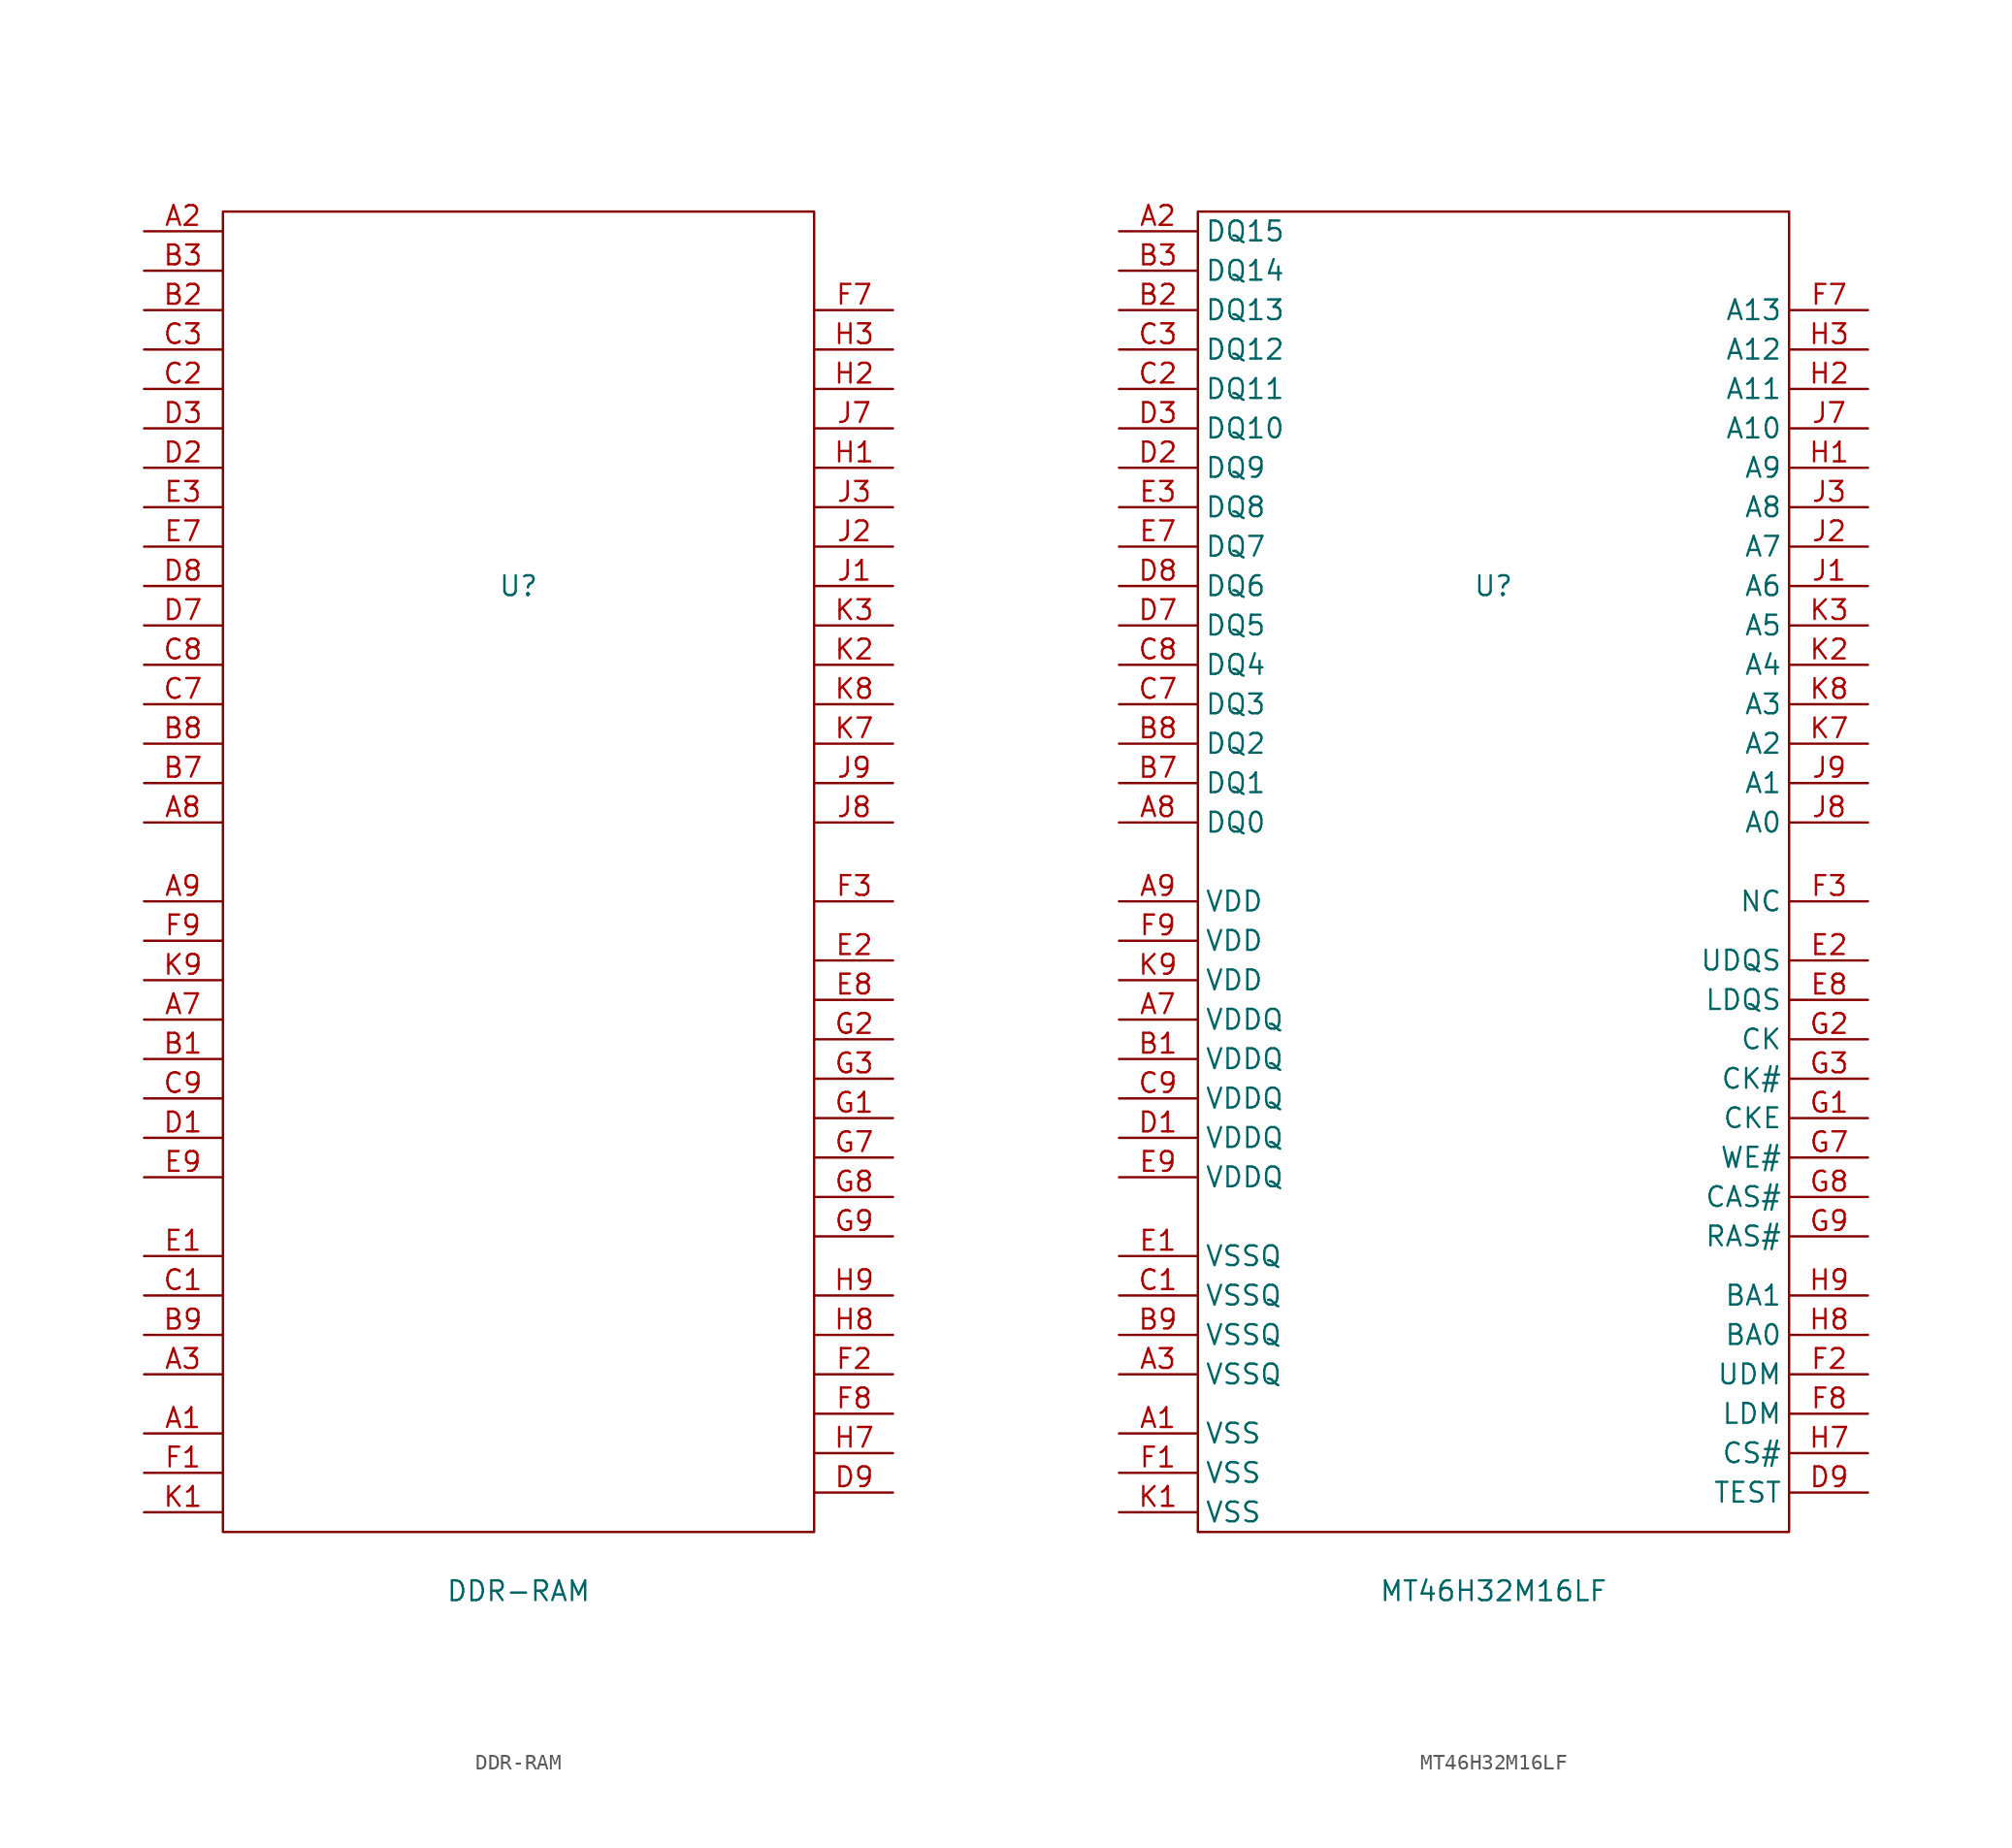
<source format=kicad_sym>
(kicad_symbol_lib
  (version 20211014)
  (generator kicad_symbol_editor)
  (symbol "DDR-RAM"
    (property "Reference" "U"
      (at 0 0 0)
      (effects (font (size 1.27 1.27))))
    (property "Value" "DDR-RAM"
      (at 0 -64.77 0)
      (effects (font (size 1.27 1.27))))
    (symbol "DDR-RAM_0_1"
      (rectangle (start -19.05 24.13) (end 19.05 -60.96) (stroke (width 0) (type default) (color 0 0 0 0)) (fill (type none))))
    (symbol "DDR-RAM_1_1"
      (pin input line (at -24.13 -54.61 0) (length 5) (name "" (effects (font (size 1.27 1.27)))) (number "A1" (effects (font (size 1.27 1.27)))))
      (pin input line (at -24.13 22.86 0) (length 5) (name "" (effects (font (size 1.27 1.27)))) (number "A2" (effects (font (size 1.27 1.27)))))
      (pin input line (at -24.13 -50.8 0) (length 5) (name "" (effects (font (size 1.27 1.27)))) (number "A3" (effects (font (size 1.27 1.27)))))
      (pin input line (at -24.13 -27.94 0) (length 5) (name "" (effects (font (size 1.27 1.27)))) (number "A7" (effects (font (size 1.27 1.27)))))
      (pin input line (at -24.13 -15.24 0) (length 5) (name "" (effects (font (size 1.27 1.27)))) (number "A8" (effects (font (size 1.27 1.27)))))
      (pin input line (at -24.13 -20.32 0) (length 5) (name "" (effects (font (size 1.27 1.27)))) (number "A9" (effects (font (size 1.27 1.27)))))
      (pin input line (at -24.13 -30.48 0) (length 5) (name "" (effects (font (size 1.27 1.27)))) (number "B1" (effects (font (size 1.27 1.27)))))
      (pin input line (at -24.13 17.78 0) (length 5) (name "" (effects (font (size 1.27 1.27)))) (number "B2" (effects (font (size 1.27 1.27)))))
      (pin input line (at -24.13 20.32 0) (length 5) (name "" (effects (font (size 1.27 1.27)))) (number "B3" (effects (font (size 1.27 1.27)))))
      (pin input line (at -24.13 -12.7 0) (length 5) (name "" (effects (font (size 1.27 1.27)))) (number "B7" (effects (font (size 1.27 1.27)))))
      (pin input line (at -24.13 -10.16 0) (length 5) (name "" (effects (font (size 1.27 1.27)))) (number "B8" (effects (font (size 1.27 1.27)))))
      (pin input line (at -24.13 -48.26 0) (length 5) (name "" (effects (font (size 1.27 1.27)))) (number "B9" (effects (font (size 1.27 1.27)))))
      (pin input line (at -24.13 -45.72 0) (length 5) (name "" (effects (font (size 1.27 1.27)))) (number "C1" (effects (font (size 1.27 1.27)))))
      (pin input line (at -24.13 12.7 0) (length 5) (name "" (effects (font (size 1.27 1.27)))) (number "C2" (effects (font (size 1.27 1.27)))))
      (pin input line (at -24.13 15.24 0) (length 5) (name "" (effects (font (size 1.27 1.27)))) (number "C3" (effects (font (size 1.27 1.27)))))
      (pin input line (at -24.13 -7.62 0) (length 5) (name "" (effects (font (size 1.27 1.27)))) (number "C7" (effects (font (size 1.27 1.27)))))
      (pin input line (at -24.13 -5.08 0) (length 5) (name "" (effects (font (size 1.27 1.27)))) (number "C8" (effects (font (size 1.27 1.27)))))
      (pin input line (at -24.13 -33.02 0) (length 5) (name "" (effects (font (size 1.27 1.27)))) (number "C9" (effects (font (size 1.27 1.27)))))
      (pin input line (at -24.13 -35.56 0) (length 5) (name "" (effects (font (size 1.27 1.27)))) (number "D1" (effects (font (size 1.27 1.27)))))
      (pin input line (at -24.13 7.62 0) (length 5) (name "" (effects (font (size 1.27 1.27)))) (number "D2" (effects (font (size 1.27 1.27)))))
      (pin input line (at -24.13 10.16 0) (length 5) (name "" (effects (font (size 1.27 1.27)))) (number "D3" (effects (font (size 1.27 1.27)))))
      (pin input line (at -24.13 -2.54 0) (length 5) (name "" (effects (font (size 1.27 1.27)))) (number "D7" (effects (font (size 1.27 1.27)))))
      (pin input line (at -24.13 0 0) (length 5) (name "" (effects (font (size 1.27 1.27)))) (number "D8" (effects (font (size 1.27 1.27)))))
      (pin input line (at 24.13 -58.42 180) (length 5) (name "" (effects (font (size 1.27 1.27)))) (number "D9" (effects (font (size 1.27 1.27)))))
      (pin input line (at -24.13 -43.18 0) (length 5) (name "" (effects (font (size 1.27 1.27)))) (number "E1" (effects (font (size 1.27 1.27)))))
      (pin input line (at 24.13 -24.13 180) (length 5) (name "" (effects (font (size 1.27 1.27)))) (number "E2" (effects (font (size 1.27 1.27)))))
      (pin input line (at -24.13 5.08 0) (length 5) (name "" (effects (font (size 1.27 1.27)))) (number "E3" (effects (font (size 1.27 1.27)))))
      (pin input line (at -24.13 2.54 0) (length 5) (name "" (effects (font (size 1.27 1.27)))) (number "E7" (effects (font (size 1.27 1.27)))))
      (pin input line (at 24.13 -26.67 180) (length 5) (name "" (effects (font (size 1.27 1.27)))) (number "E8" (effects (font (size 1.27 1.27)))))
      (pin input line (at -24.13 -38.1 0) (length 5) (name "" (effects (font (size 1.27 1.27)))) (number "E9" (effects (font (size 1.27 1.27)))))
      (pin input line (at -24.13 -57.15 0) (length 5) (name "" (effects (font (size 1.27 1.27)))) (number "F1" (effects (font (size 1.27 1.27)))))
      (pin input line (at 24.13 -50.8 180) (length 5) (name "" (effects (font (size 1.27 1.27)))) (number "F2" (effects (font (size 1.27 1.27)))))
      (pin input line (at 24.13 -20.32 180) (length 5) (name "" (effects (font (size 1.27 1.27)))) (number "F3" (effects (font (size 1.27 1.27)))))
      (pin input line (at 24.13 17.78 180) (length 5) (name "" (effects (font (size 1.27 1.27)))) (number "F7" (effects (font (size 1.27 1.27)))))
      (pin input line (at 24.13 -53.34 180) (length 5) (name "" (effects (font (size 1.27 1.27)))) (number "F8" (effects (font (size 1.27 1.27)))))
      (pin input line (at -24.13 -22.86 0) (length 5) (name "" (effects (font (size 1.27 1.27)))) (number "F9" (effects (font (size 1.27 1.27)))))
      (pin input line (at 24.13 -34.29 180) (length 5) (name "" (effects (font (size 1.27 1.27)))) (number "G1" (effects (font (size 1.27 1.27)))))
      (pin input line (at 24.13 -29.21 180) (length 5) (name "" (effects (font (size 1.27 1.27)))) (number "G2" (effects (font (size 1.27 1.27)))))
      (pin input line (at 24.13 -31.75 180) (length 5) (name "" (effects (font (size 1.27 1.27)))) (number "G3" (effects (font (size 1.27 1.27)))))
      (pin input line (at 24.13 -36.83 180) (length 5) (name "" (effects (font (size 1.27 1.27)))) (number "G7" (effects (font (size 1.27 1.27)))))
      (pin input line (at 24.13 -39.37 180) (length 5) (name "" (effects (font (size 1.27 1.27)))) (number "G8" (effects (font (size 1.27 1.27)))))
      (pin input line (at 24.13 -41.91 180) (length 5) (name "" (effects (font (size 1.27 1.27)))) (number "G9" (effects (font (size 1.27 1.27)))))
      (pin input line (at 24.13 7.62 180) (length 5) (name "" (effects (font (size 1.27 1.27)))) (number "H1" (effects (font (size 1.27 1.27)))))
      (pin input line (at 24.13 12.7 180) (length 5) (name "" (effects (font (size 1.27 1.27)))) (number "H2" (effects (font (size 1.27 1.27)))))
      (pin input line (at 24.13 15.24 180) (length 5) (name "" (effects (font (size 1.27 1.27)))) (number "H3" (effects (font (size 1.27 1.27)))))
      (pin input line (at 24.13 -55.88 180) (length 5) (name "" (effects (font (size 1.27 1.27)))) (number "H7" (effects (font (size 1.27 1.27)))))
      (pin input line (at 24.13 -48.26 180) (length 5) (name "" (effects (font (size 1.27 1.27)))) (number "H8" (effects (font (size 1.27 1.27)))))
      (pin input line (at 24.13 -45.72 180) (length 5) (name "" (effects (font (size 1.27 1.27)))) (number "H9" (effects (font (size 1.27 1.27)))))
      (pin input line (at 24.13 0 180) (length 5) (name "" (effects (font (size 1.27 1.27)))) (number "J1" (effects (font (size 1.27 1.27)))))
      (pin input line (at 24.13 2.54 180) (length 5) (name "" (effects (font (size 1.27 1.27)))) (number "J2" (effects (font (size 1.27 1.27)))))
      (pin input line (at 24.13 5.08 180) (length 5) (name "" (effects (font (size 1.27 1.27)))) (number "J3" (effects (font (size 1.27 1.27)))))
      (pin input line (at 24.13 10.16 180) (length 5) (name "" (effects (font (size 1.27 1.27)))) (number "J7" (effects (font (size 1.27 1.27)))))
      (pin input line (at 24.13 -15.24 180) (length 5) (name "" (effects (font (size 1.27 1.27)))) (number "J8" (effects (font (size 1.27 1.27)))))
      (pin input line (at 24.13 -12.7 180) (length 5) (name "" (effects (font (size 1.27 1.27)))) (number "J9" (effects (font (size 1.27 1.27)))))
      (pin input line (at -24.13 -59.69 0) (length 5) (name "" (effects (font (size 1.27 1.27)))) (number "K1" (effects (font (size 1.27 1.27)))))
      (pin input line (at 24.13 -5.08 180) (length 5) (name "" (effects (font (size 1.27 1.27)))) (number "K2" (effects (font (size 1.27 1.27)))))
      (pin input line (at 24.13 -2.54 180) (length 5) (name "" (effects (font (size 1.27 1.27)))) (number "K3" (effects (font (size 1.27 1.27)))))
      (pin input line (at 24.13 -10.16 180) (length 5) (name "" (effects (font (size 1.27 1.27)))) (number "K7" (effects (font (size 1.27 1.27)))))
      (pin input line (at 24.13 -7.62 180) (length 5) (name "" (effects (font (size 1.27 1.27)))) (number "K8" (effects (font (size 1.27 1.27)))))
      (pin input line (at -24.13 -25.4 0) (length 5) (name "" (effects (font (size 1.27 1.27)))) (number "K9" (effects (font (size 1.27 1.27)))))))
  (symbol "MT46H32M16LF"
    (property "Reference" "U"
      (at 0 0 0)
      (effects (font (size 1.27 1.27))))
    (property "Value" "MT46H32M16LF"
      (at 0 -64.77 0)
      (effects (font (size 1.27 1.27))))
    (symbol "MT46H32M16LF_0_1"
      (rectangle (start -19.05 24.13) (end 19.05 -60.96) (stroke (width 0) (type default) (color 0 0 0 0)) (fill (type none))))
    (symbol "MT46H32M16LF_1_1"
      (pin input line (at -24.13 -54.61 0) (length 5) (name "VSS" (effects (font (size 1.27 1.27)))) (number "A1" (effects (font (size 1.27 1.27)))))
      (pin input line (at -24.13 22.86 0) (length 5) (name "DQ15" (effects (font (size 1.27 1.27)))) (number "A2" (effects (font (size 1.27 1.27)))))
      (pin input line (at -24.13 -50.8 0) (length 5) (name "VSSQ" (effects (font (size 1.27 1.27)))) (number "A3" (effects (font (size 1.27 1.27)))))
      (pin input line (at -24.13 -27.94 0) (length 5) (name "VDDQ" (effects (font (size 1.27 1.27)))) (number "A7" (effects (font (size 1.27 1.27)))))
      (pin input line (at -24.13 -15.24 0) (length 5) (name "DQ0" (effects (font (size 1.27 1.27)))) (number "A8" (effects (font (size 1.27 1.27)))))
      (pin input line (at -24.13 -20.32 0) (length 5) (name "VDD" (effects (font (size 1.27 1.27)))) (number "A9" (effects (font (size 1.27 1.27)))))
      (pin input line (at -24.13 -30.48 0) (length 5) (name "VDDQ" (effects (font (size 1.27 1.27)))) (number "B1" (effects (font (size 1.27 1.27)))))
      (pin input line (at -24.13 17.78 0) (length 5) (name "DQ13" (effects (font (size 1.27 1.27)))) (number "B2" (effects (font (size 1.27 1.27)))))
      (pin input line (at -24.13 20.32 0) (length 5) (name "DQ14" (effects (font (size 1.27 1.27)))) (number "B3" (effects (font (size 1.27 1.27)))))
      (pin input line (at -24.13 -12.7 0) (length 5) (name "DQ1" (effects (font (size 1.27 1.27)))) (number "B7" (effects (font (size 1.27 1.27)))))
      (pin input line (at -24.13 -10.16 0) (length 5) (name "DQ2" (effects (font (size 1.27 1.27)))) (number "B8" (effects (font (size 1.27 1.27)))))
      (pin input line (at -24.13 -48.26 0) (length 5) (name "VSSQ" (effects (font (size 1.27 1.27)))) (number "B9" (effects (font (size 1.27 1.27)))))
      (pin input line (at -24.13 -45.72 0) (length 5) (name "VSSQ" (effects (font (size 1.27 1.27)))) (number "C1" (effects (font (size 1.27 1.27)))))
      (pin input line (at -24.13 12.7 0) (length 5) (name "DQ11" (effects (font (size 1.27 1.27)))) (number "C2" (effects (font (size 1.27 1.27)))))
      (pin input line (at -24.13 15.24 0) (length 5) (name "DQ12" (effects (font (size 1.27 1.27)))) (number "C3" (effects (font (size 1.27 1.27)))))
      (pin input line (at -24.13 -7.62 0) (length 5) (name "DQ3" (effects (font (size 1.27 1.27)))) (number "C7" (effects (font (size 1.27 1.27)))))
      (pin input line (at -24.13 -5.08 0) (length 5) (name "DQ4" (effects (font (size 1.27 1.27)))) (number "C8" (effects (font (size 1.27 1.27)))))
      (pin input line (at -24.13 -33.02 0) (length 5) (name "VDDQ" (effects (font (size 1.27 1.27)))) (number "C9" (effects (font (size 1.27 1.27)))))
      (pin input line (at -24.13 -35.56 0) (length 5) (name "VDDQ" (effects (font (size 1.27 1.27)))) (number "D1" (effects (font (size 1.27 1.27)))))
      (pin input line (at -24.13 7.62 0) (length 5) (name "DQ9" (effects (font (size 1.27 1.27)))) (number "D2" (effects (font (size 1.27 1.27)))))
      (pin input line (at -24.13 10.16 0) (length 5) (name "DQ10" (effects (font (size 1.27 1.27)))) (number "D3" (effects (font (size 1.27 1.27)))))
      (pin input line (at -24.13 -2.54 0) (length 5) (name "DQ5" (effects (font (size 1.27 1.27)))) (number "D7" (effects (font (size 1.27 1.27)))))
      (pin input line (at -24.13 0 0) (length 5) (name "DQ6" (effects (font (size 1.27 1.27)))) (number "D8" (effects (font (size 1.27 1.27)))))
      (pin input line (at 24.13 -58.42 180) (length 5) (name "TEST" (effects (font (size 1.27 1.27)))) (number "D9" (effects (font (size 1.27 1.27)))))
      (pin input line (at -24.13 -43.18 0) (length 5) (name "VSSQ" (effects (font (size 1.27 1.27)))) (number "E1" (effects (font (size 1.27 1.27)))))
      (pin input line (at 24.13 -24.13 180) (length 5) (name "UDQS" (effects (font (size 1.27 1.27)))) (number "E2" (effects (font (size 1.27 1.27)))))
      (pin input line (at -24.13 5.08 0) (length 5) (name "DQ8" (effects (font (size 1.27 1.27)))) (number "E3" (effects (font (size 1.27 1.27)))))
      (pin input line (at -24.13 2.54 0) (length 5) (name "DQ7" (effects (font (size 1.27 1.27)))) (number "E7" (effects (font (size 1.27 1.27)))))
      (pin input line (at 24.13 -26.67 180) (length 5) (name "LDQS" (effects (font (size 1.27 1.27)))) (number "E8" (effects (font (size 1.27 1.27)))))
      (pin input line (at -24.13 -38.1 0) (length 5) (name "VDDQ" (effects (font (size 1.27 1.27)))) (number "E9" (effects (font (size 1.27 1.27)))))
      (pin input line (at -24.13 -57.15 0) (length 5) (name "VSS" (effects (font (size 1.27 1.27)))) (number "F1" (effects (font (size 1.27 1.27)))))
      (pin input line (at 24.13 -50.8 180) (length 5) (name "UDM" (effects (font (size 1.27 1.27)))) (number "F2" (effects (font (size 1.27 1.27)))))
      (pin input line (at 24.13 -20.32 180) (length 5) (name "NC" (effects (font (size 1.27 1.27)))) (number "F3" (effects (font (size 1.27 1.27)))))
      (pin input line (at 24.13 17.78 180) (length 5) (name "A13" (effects (font (size 1.27 1.27)))) (number "F7" (effects (font (size 1.27 1.27)))))
      (pin input line (at 24.13 -53.34 180) (length 5) (name "LDM" (effects (font (size 1.27 1.27)))) (number "F8" (effects (font (size 1.27 1.27)))))
      (pin input line (at -24.13 -22.86 0) (length 5) (name "VDD" (effects (font (size 1.27 1.27)))) (number "F9" (effects (font (size 1.27 1.27)))))
      (pin input line (at 24.13 -34.29 180) (length 5) (name "CKE" (effects (font (size 1.27 1.27)))) (number "G1" (effects (font (size 1.27 1.27)))))
      (pin input line (at 24.13 -29.21 180) (length 5) (name "CK" (effects (font (size 1.27 1.27)))) (number "G2" (effects (font (size 1.27 1.27)))))
      (pin input line (at 24.13 -31.75 180) (length 5) (name "CK#" (effects (font (size 1.27 1.27)))) (number "G3" (effects (font (size 1.27 1.27)))))
      (pin input line (at 24.13 -36.83 180) (length 5) (name "WE#" (effects (font (size 1.27 1.27)))) (number "G7" (effects (font (size 1.27 1.27)))))
      (pin input line (at 24.13 -39.37 180) (length 5) (name "CAS#" (effects (font (size 1.27 1.27)))) (number "G8" (effects (font (size 1.27 1.27)))))
      (pin input line (at 24.13 -41.91 180) (length 5) (name "RAS#" (effects (font (size 1.27 1.27)))) (number "G9" (effects (font (size 1.27 1.27)))))
      (pin input line (at 24.13 7.62 180) (length 5) (name "A9" (effects (font (size 1.27 1.27)))) (number "H1" (effects (font (size 1.27 1.27)))))
      (pin input line (at 24.13 12.7 180) (length 5) (name "A11" (effects (font (size 1.27 1.27)))) (number "H2" (effects (font (size 1.27 1.27)))))
      (pin input line (at 24.13 15.24 180) (length 5) (name "A12" (effects (font (size 1.27 1.27)))) (number "H3" (effects (font (size 1.27 1.27)))))
      (pin input line (at 24.13 -55.88 180) (length 5) (name "CS#" (effects (font (size 1.27 1.27)))) (number "H7" (effects (font (size 1.27 1.27)))))
      (pin input line (at 24.13 -48.26 180) (length 5) (name "BA0" (effects (font (size 1.27 1.27)))) (number "H8" (effects (font (size 1.27 1.27)))))
      (pin input line (at 24.13 -45.72 180) (length 5) (name "BA1" (effects (font (size 1.27 1.27)))) (number "H9" (effects (font (size 1.27 1.27)))))
      (pin input line (at 24.13 0 180) (length 5) (name "A6" (effects (font (size 1.27 1.27)))) (number "J1" (effects (font (size 1.27 1.27)))))
      (pin input line (at 24.13 2.54 180) (length 5) (name "A7" (effects (font (size 1.27 1.27)))) (number "J2" (effects (font (size 1.27 1.27)))))
      (pin input line (at 24.13 5.08 180) (length 5) (name "A8" (effects (font (size 1.27 1.27)))) (number "J3" (effects (font (size 1.27 1.27)))))
      (pin input line (at 24.13 10.16 180) (length 5) (name "A10" (effects (font (size 1.27 1.27)))) (number "J7" (effects (font (size 1.27 1.27)))))
      (pin input line (at 24.13 -15.24 180) (length 5) (name "A0" (effects (font (size 1.27 1.27)))) (number "J8" (effects (font (size 1.27 1.27)))))
      (pin input line (at 24.13 -12.7 180) (length 5) (name "A1" (effects (font (size 1.27 1.27)))) (number "J9" (effects (font (size 1.27 1.27)))))
      (pin input line (at -24.13 -59.69 0) (length 5) (name "VSS" (effects (font (size 1.27 1.27)))) (number "K1" (effects (font (size 1.27 1.27)))))
      (pin input line (at 24.13 -5.08 180) (length 5) (name "A4" (effects (font (size 1.27 1.27)))) (number "K2" (effects (font (size 1.27 1.27)))))
      (pin input line (at 24.13 -2.54 180) (length 5) (name "A5" (effects (font (size 1.27 1.27)))) (number "K3" (effects (font (size 1.27 1.27)))))
      (pin input line (at 24.13 -10.16 180) (length 5) (name "A2" (effects (font (size 1.27 1.27)))) (number "K7" (effects (font (size 1.27 1.27)))))
      (pin input line (at 24.13 -7.62 180) (length 5) (name "A3" (effects (font (size 1.27 1.27)))) (number "K8" (effects (font (size 1.27 1.27)))))
      (pin input line (at -24.13 -25.4 0) (length 5) (name "VDD" (effects (font (size 1.27 1.27)))) (number "K9" (effects (font (size 1.27 1.27))))))))
</source>
